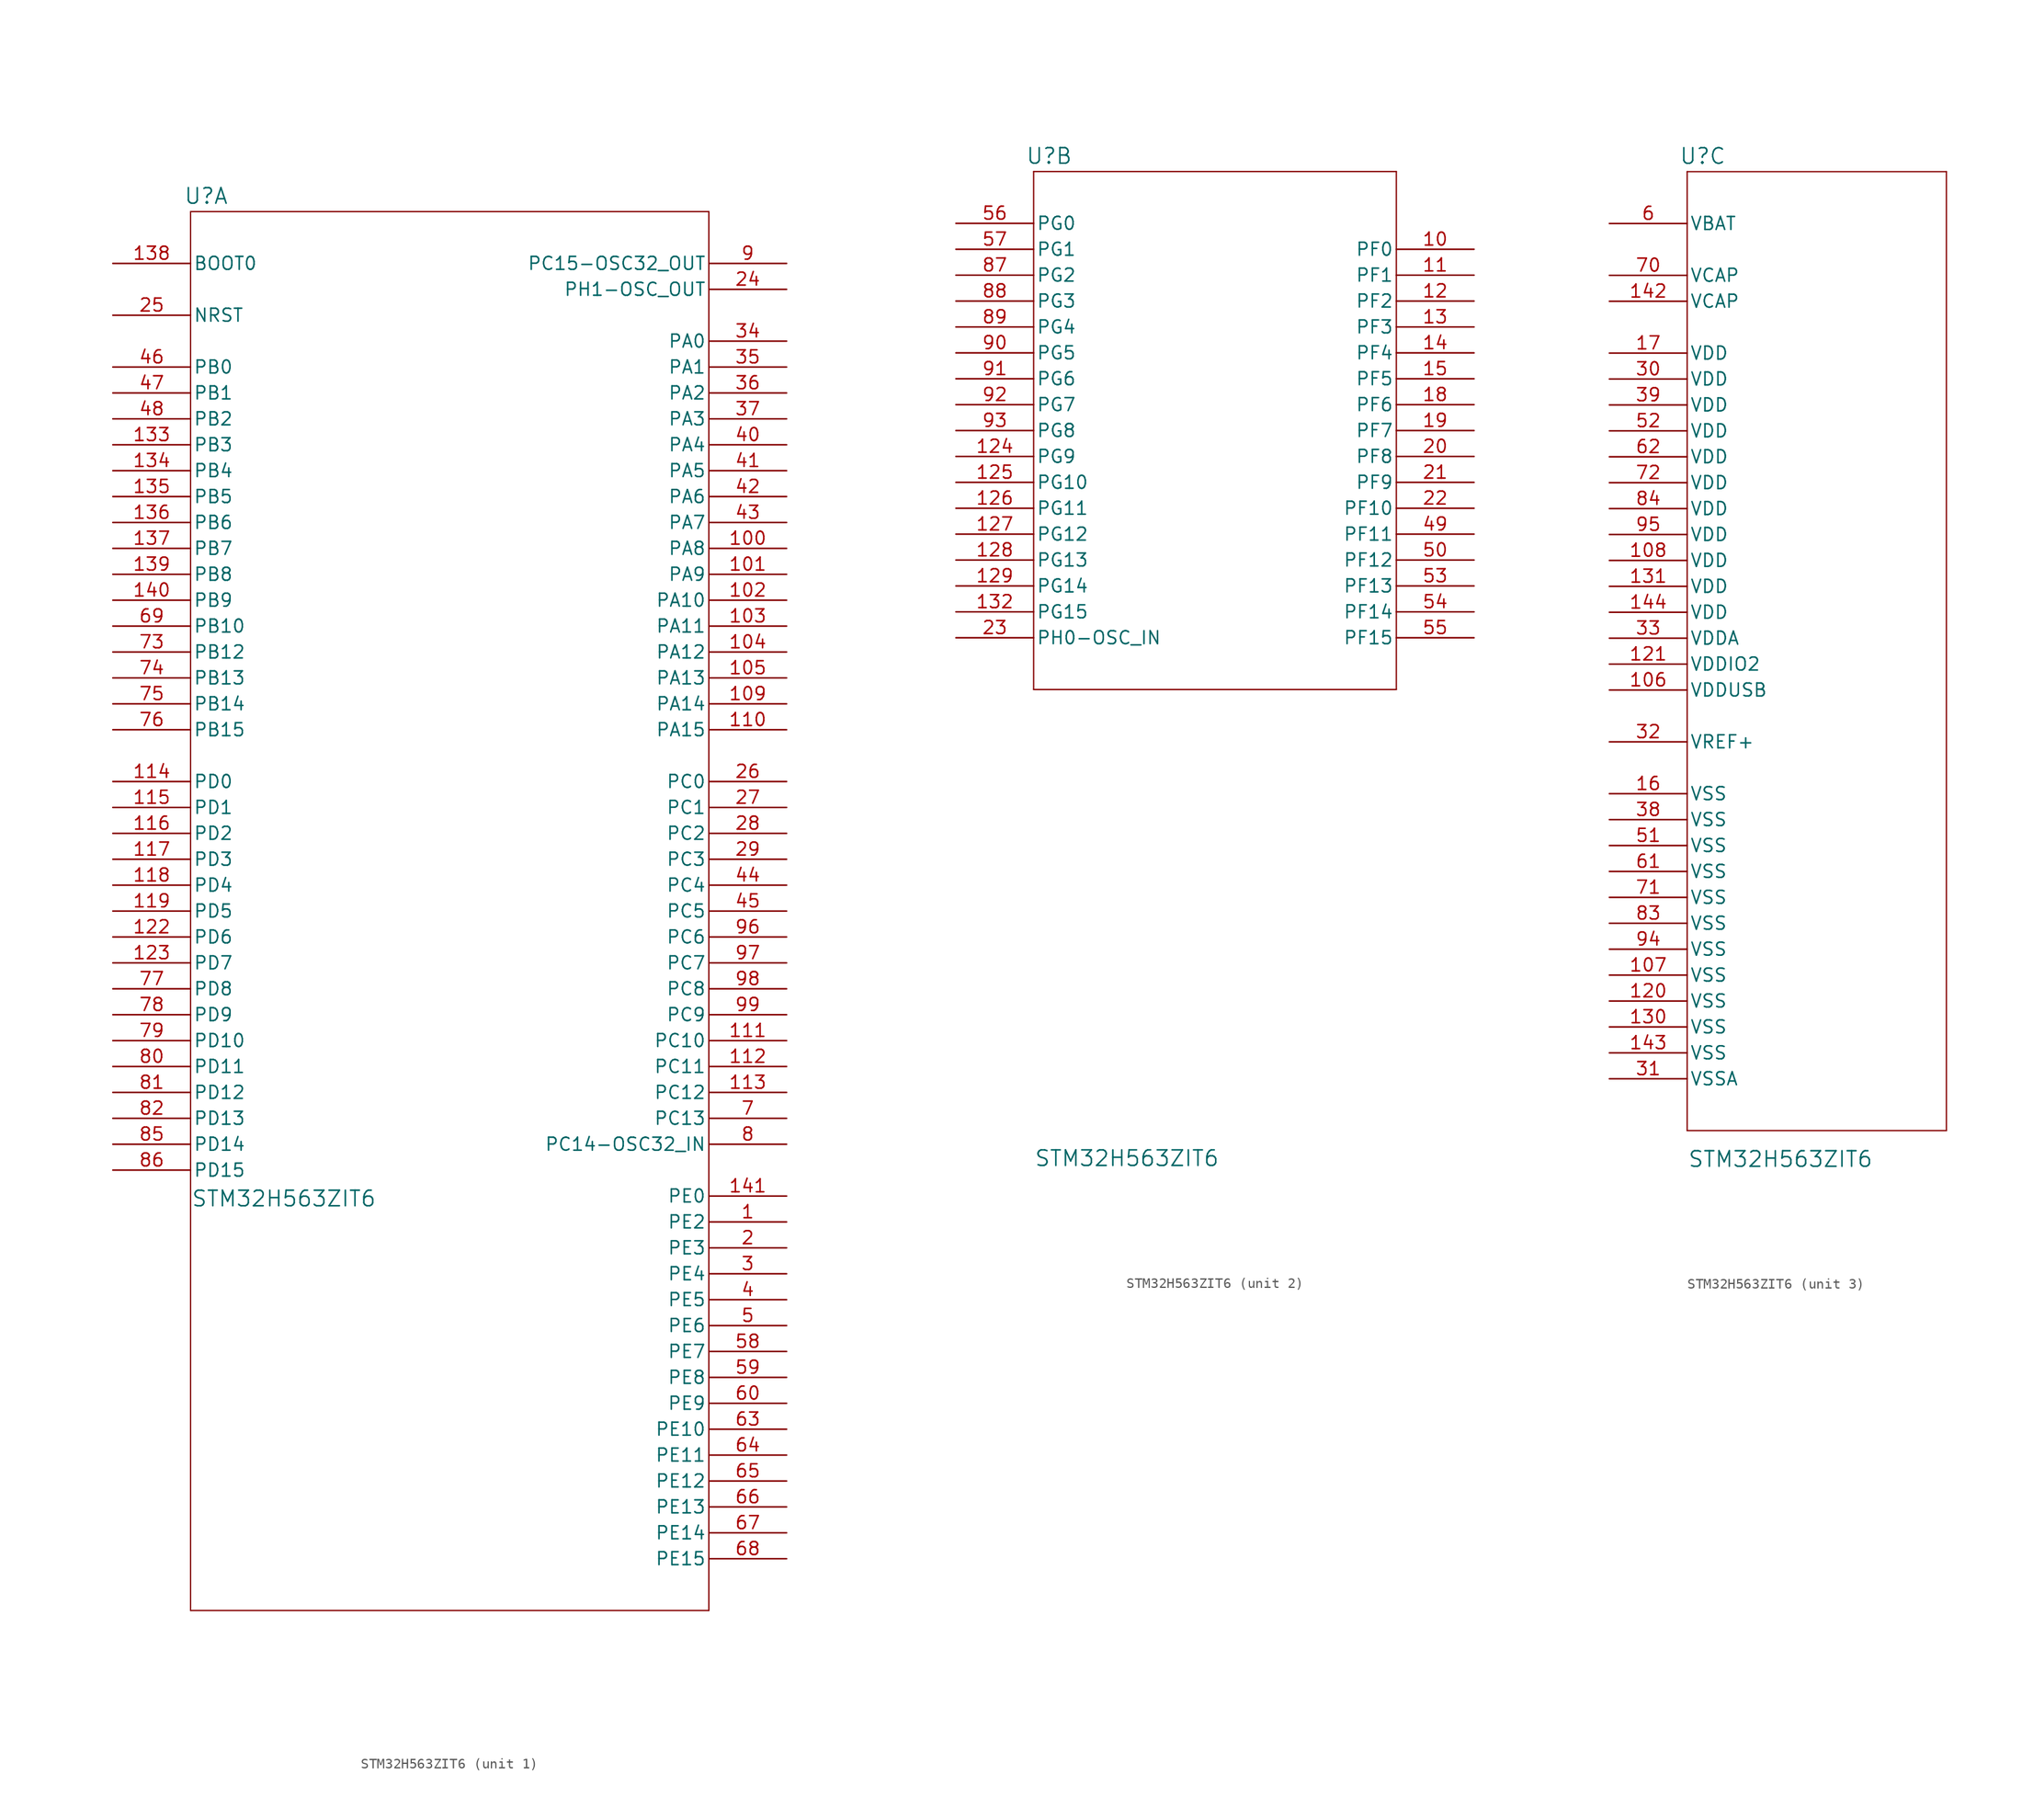
<source format=kicad_sym>
(kicad_symbol_lib
  (version 20231120)
  (generator "kicad_symbol_editor")
  (generator_version "8.0")
  (symbol "STM32H563ZIT6"
    (pin_names
      (offset 0.254))
    (property "Reference" "U"
      (at 1.524 1.524 0)
      (effects (font (size 1.524 1.524))))
    (property "Value" "STM32H563ZIT6"
      (at 9.144 -96.774 0)
      (effects (font (size 1.524 1.524))))
    (property "ki_locked" ""
      (at 0 0 0)
      (effects (font (size 1.27 1.27))))
    (symbol "STM32H563ZIT6_1_1"
      (polyline (pts (xy 0 -137.16) (xy 50.8 -137.16)) (stroke (width 0.127) (type default)) (fill (type none)))
      (polyline (pts (xy 0 0) (xy 0 -137.16)) (stroke (width 0.127) (type default)) (fill (type none)))
      (polyline (pts (xy 50.8 -137.16) (xy 50.8 0)) (stroke (width 0.127) (type default)) (fill (type none)))
      (polyline (pts (xy 50.8 0) (xy 0 0)) (stroke (width 0.127) (type default)) (fill (type none)))
      (pin bidirectional line (at 58.42 -99.06 180) (length 7.62) (name "PE2" (effects (font (size 1.27 1.27)))) (number "1" (effects (font (size 1.27 1.27)))))
      (pin bidirectional line (at 58.42 -33.02 180) (length 7.62) (name "PA8" (effects (font (size 1.27 1.27)))) (number "100" (effects (font (size 1.27 1.27)))))
      (pin bidirectional line (at 58.42 -35.56 180) (length 7.62) (name "PA9" (effects (font (size 1.27 1.27)))) (number "101" (effects (font (size 1.27 1.27)))))
      (pin bidirectional line (at 58.42 -38.1 180) (length 7.62) (name "PA10" (effects (font (size 1.27 1.27)))) (number "102" (effects (font (size 1.27 1.27)))))
      (pin bidirectional line (at 58.42 -40.64 180) (length 7.62) (name "PA11" (effects (font (size 1.27 1.27)))) (number "103" (effects (font (size 1.27 1.27)))))
      (pin bidirectional line (at 58.42 -43.18 180) (length 7.62) (name "PA12" (effects (font (size 1.27 1.27)))) (number "104" (effects (font (size 1.27 1.27)))))
      (pin bidirectional line (at 58.42 -45.72 180) (length 7.62) (name "PA13" (effects (font (size 1.27 1.27)))) (number "105" (effects (font (size 1.27 1.27)))))
      (pin bidirectional line (at 58.42 -48.26 180) (length 7.62) (name "PA14" (effects (font (size 1.27 1.27)))) (number "109" (effects (font (size 1.27 1.27)))))
      (pin bidirectional line (at 58.42 -50.8 180) (length 7.62) (name "PA15" (effects (font (size 1.27 1.27)))) (number "110" (effects (font (size 1.27 1.27)))))
      (pin bidirectional line (at 58.42 -81.28 180) (length 7.62) (name "PC10" (effects (font (size 1.27 1.27)))) (number "111" (effects (font (size 1.27 1.27)))))
      (pin bidirectional line (at 58.42 -83.82 180) (length 7.62) (name "PC11" (effects (font (size 1.27 1.27)))) (number "112" (effects (font (size 1.27 1.27)))))
      (pin bidirectional line (at 58.42 -86.36 180) (length 7.62) (name "PC12" (effects (font (size 1.27 1.27)))) (number "113" (effects (font (size 1.27 1.27)))))
      (pin bidirectional line (at -7.62 -55.88 0) (length 7.62) (name "PD0" (effects (font (size 1.27 1.27)))) (number "114" (effects (font (size 1.27 1.27)))))
      (pin bidirectional line (at -7.62 -58.42 0) (length 7.62) (name "PD1" (effects (font (size 1.27 1.27)))) (number "115" (effects (font (size 1.27 1.27)))))
      (pin bidirectional line (at -7.62 -60.96 0) (length 7.62) (name "PD2" (effects (font (size 1.27 1.27)))) (number "116" (effects (font (size 1.27 1.27)))))
      (pin bidirectional line (at -7.62 -63.5 0) (length 7.62) (name "PD3" (effects (font (size 1.27 1.27)))) (number "117" (effects (font (size 1.27 1.27)))))
      (pin bidirectional line (at -7.62 -66.04 0) (length 7.62) (name "PD4" (effects (font (size 1.27 1.27)))) (number "118" (effects (font (size 1.27 1.27)))))
      (pin bidirectional line (at -7.62 -68.58 0) (length 7.62) (name "PD5" (effects (font (size 1.27 1.27)))) (number "119" (effects (font (size 1.27 1.27)))))
      (pin bidirectional line (at -7.62 -71.12 0) (length 7.62) (name "PD6" (effects (font (size 1.27 1.27)))) (number "122" (effects (font (size 1.27 1.27)))))
      (pin bidirectional line (at -7.62 -73.66 0) (length 7.62) (name "PD7" (effects (font (size 1.27 1.27)))) (number "123" (effects (font (size 1.27 1.27)))))
      (pin bidirectional line (at -7.62 -22.86 0) (length 7.62) (name "PB3" (effects (font (size 1.27 1.27)))) (number "133" (effects (font (size 1.27 1.27)))))
      (pin bidirectional line (at -7.62 -25.4 0) (length 7.62) (name "PB4" (effects (font (size 1.27 1.27)))) (number "134" (effects (font (size 1.27 1.27)))))
      (pin bidirectional line (at -7.62 -27.94 0) (length 7.62) (name "PB5" (effects (font (size 1.27 1.27)))) (number "135" (effects (font (size 1.27 1.27)))))
      (pin bidirectional line (at -7.62 -30.48 0) (length 7.62) (name "PB6" (effects (font (size 1.27 1.27)))) (number "136" (effects (font (size 1.27 1.27)))))
      (pin bidirectional line (at -7.62 -33.02 0) (length 7.62) (name "PB7" (effects (font (size 1.27 1.27)))) (number "137" (effects (font (size 1.27 1.27)))))
      (pin input line (at -7.62 -5.08 0) (length 7.62) (name "BOOT0" (effects (font (size 1.27 1.27)))) (number "138" (effects (font (size 1.27 1.27)))))
      (pin bidirectional line (at -7.62 -35.56 0) (length 7.62) (name "PB8" (effects (font (size 1.27 1.27)))) (number "139" (effects (font (size 1.27 1.27)))))
      (pin bidirectional line (at -7.62 -38.1 0) (length 7.62) (name "PB9" (effects (font (size 1.27 1.27)))) (number "140" (effects (font (size 1.27 1.27)))))
      (pin bidirectional line (at 58.42 -96.52 180) (length 7.62) (name "PE0" (effects (font (size 1.27 1.27)))) (number "141" (effects (font (size 1.27 1.27)))))
      (pin bidirectional line (at 58.42 -101.6 180) (length 7.62) (name "PE3" (effects (font (size 1.27 1.27)))) (number "2" (effects (font (size 1.27 1.27)))))
      (pin bidirectional line (at 58.42 -7.62 180) (length 7.62) (name "PH1-OSC_OUT" (effects (font (size 1.27 1.27)))) (number "24" (effects (font (size 1.27 1.27)))))
      (pin bidirectional line (at -7.62 -10.16 0) (length 7.62) (name "NRST" (effects (font (size 1.27 1.27)))) (number "25" (effects (font (size 1.27 1.27)))))
      (pin bidirectional line (at 58.42 -55.88 180) (length 7.62) (name "PC0" (effects (font (size 1.27 1.27)))) (number "26" (effects (font (size 1.27 1.27)))))
      (pin bidirectional line (at 58.42 -58.42 180) (length 7.62) (name "PC1" (effects (font (size 1.27 1.27)))) (number "27" (effects (font (size 1.27 1.27)))))
      (pin bidirectional line (at 58.42 -60.96 180) (length 7.62) (name "PC2" (effects (font (size 1.27 1.27)))) (number "28" (effects (font (size 1.27 1.27)))))
      (pin bidirectional line (at 58.42 -63.5 180) (length 7.62) (name "PC3" (effects (font (size 1.27 1.27)))) (number "29" (effects (font (size 1.27 1.27)))))
      (pin bidirectional line (at 58.42 -104.14 180) (length 7.62) (name "PE4" (effects (font (size 1.27 1.27)))) (number "3" (effects (font (size 1.27 1.27)))))
      (pin bidirectional line (at 58.42 -12.7 180) (length 7.62) (name "PA0" (effects (font (size 1.27 1.27)))) (number "34" (effects (font (size 1.27 1.27)))))
      (pin bidirectional line (at 58.42 -15.24 180) (length 7.62) (name "PA1" (effects (font (size 1.27 1.27)))) (number "35" (effects (font (size 1.27 1.27)))))
      (pin bidirectional line (at 58.42 -17.78 180) (length 7.62) (name "PA2" (effects (font (size 1.27 1.27)))) (number "36" (effects (font (size 1.27 1.27)))))
      (pin bidirectional line (at 58.42 -20.32 180) (length 7.62) (name "PA3" (effects (font (size 1.27 1.27)))) (number "37" (effects (font (size 1.27 1.27)))))
      (pin bidirectional line (at 58.42 -106.68 180) (length 7.62) (name "PE5" (effects (font (size 1.27 1.27)))) (number "4" (effects (font (size 1.27 1.27)))))
      (pin bidirectional line (at 58.42 -22.86 180) (length 7.62) (name "PA4" (effects (font (size 1.27 1.27)))) (number "40" (effects (font (size 1.27 1.27)))))
      (pin bidirectional line (at 58.42 -25.4 180) (length 7.62) (name "PA5" (effects (font (size 1.27 1.27)))) (number "41" (effects (font (size 1.27 1.27)))))
      (pin bidirectional line (at 58.42 -27.94 180) (length 7.62) (name "PA6" (effects (font (size 1.27 1.27)))) (number "42" (effects (font (size 1.27 1.27)))))
      (pin bidirectional line (at 58.42 -30.48 180) (length 7.62) (name "PA7" (effects (font (size 1.27 1.27)))) (number "43" (effects (font (size 1.27 1.27)))))
      (pin bidirectional line (at 58.42 -66.04 180) (length 7.62) (name "PC4" (effects (font (size 1.27 1.27)))) (number "44" (effects (font (size 1.27 1.27)))))
      (pin bidirectional line (at 58.42 -68.58 180) (length 7.62) (name "PC5" (effects (font (size 1.27 1.27)))) (number "45" (effects (font (size 1.27 1.27)))))
      (pin bidirectional line (at -7.62 -15.24 0) (length 7.62) (name "PB0" (effects (font (size 1.27 1.27)))) (number "46" (effects (font (size 1.27 1.27)))))
      (pin bidirectional line (at -7.62 -17.78 0) (length 7.62) (name "PB1" (effects (font (size 1.27 1.27)))) (number "47" (effects (font (size 1.27 1.27)))))
      (pin bidirectional line (at -7.62 -20.32 0) (length 7.62) (name "PB2" (effects (font (size 1.27 1.27)))) (number "48" (effects (font (size 1.27 1.27)))))
      (pin bidirectional line (at 58.42 -109.22 180) (length 7.62) (name "PE6" (effects (font (size 1.27 1.27)))) (number "5" (effects (font (size 1.27 1.27)))))
      (pin bidirectional line (at 58.42 -111.76 180) (length 7.62) (name "PE7" (effects (font (size 1.27 1.27)))) (number "58" (effects (font (size 1.27 1.27)))))
      (pin bidirectional line (at 58.42 -114.3 180) (length 7.62) (name "PE8" (effects (font (size 1.27 1.27)))) (number "59" (effects (font (size 1.27 1.27)))))
      (pin bidirectional line (at 58.42 -116.84 180) (length 7.62) (name "PE9" (effects (font (size 1.27 1.27)))) (number "60" (effects (font (size 1.27 1.27)))))
      (pin bidirectional line (at 58.42 -119.38 180) (length 7.62) (name "PE10" (effects (font (size 1.27 1.27)))) (number "63" (effects (font (size 1.27 1.27)))))
      (pin bidirectional line (at 58.42 -121.92 180) (length 7.62) (name "PE11" (effects (font (size 1.27 1.27)))) (number "64" (effects (font (size 1.27 1.27)))))
      (pin bidirectional line (at 58.42 -124.46 180) (length 7.62) (name "PE12" (effects (font (size 1.27 1.27)))) (number "65" (effects (font (size 1.27 1.27)))))
      (pin bidirectional line (at 58.42 -127 180) (length 7.62) (name "PE13" (effects (font (size 1.27 1.27)))) (number "66" (effects (font (size 1.27 1.27)))))
      (pin bidirectional line (at 58.42 -129.54 180) (length 7.62) (name "PE14" (effects (font (size 1.27 1.27)))) (number "67" (effects (font (size 1.27 1.27)))))
      (pin bidirectional line (at 58.42 -132.08 180) (length 7.62) (name "PE15" (effects (font (size 1.27 1.27)))) (number "68" (effects (font (size 1.27 1.27)))))
      (pin bidirectional line (at -7.62 -40.64 0) (length 7.62) (name "PB10" (effects (font (size 1.27 1.27)))) (number "69" (effects (font (size 1.27 1.27)))))
      (pin bidirectional line (at 58.42 -88.9 180) (length 7.62) (name "PC13" (effects (font (size 1.27 1.27)))) (number "7" (effects (font (size 1.27 1.27)))))
      (pin bidirectional line (at -7.62 -43.18 0) (length 7.62) (name "PB12" (effects (font (size 1.27 1.27)))) (number "73" (effects (font (size 1.27 1.27)))))
      (pin bidirectional line (at -7.62 -45.72 0) (length 7.62) (name "PB13" (effects (font (size 1.27 1.27)))) (number "74" (effects (font (size 1.27 1.27)))))
      (pin bidirectional line (at -7.62 -48.26 0) (length 7.62) (name "PB14" (effects (font (size 1.27 1.27)))) (number "75" (effects (font (size 1.27 1.27)))))
      (pin bidirectional line (at -7.62 -50.8 0) (length 7.62) (name "PB15" (effects (font (size 1.27 1.27)))) (number "76" (effects (font (size 1.27 1.27)))))
      (pin bidirectional line (at -7.62 -76.2 0) (length 7.62) (name "PD8" (effects (font (size 1.27 1.27)))) (number "77" (effects (font (size 1.27 1.27)))))
      (pin bidirectional line (at -7.62 -78.74 0) (length 7.62) (name "PD9" (effects (font (size 1.27 1.27)))) (number "78" (effects (font (size 1.27 1.27)))))
      (pin bidirectional line (at -7.62 -81.28 0) (length 7.62) (name "PD10" (effects (font (size 1.27 1.27)))) (number "79" (effects (font (size 1.27 1.27)))))
      (pin bidirectional line (at 58.42 -91.44 180) (length 7.62) (name "PC14-OSC32_IN" (effects (font (size 1.27 1.27)))) (number "8" (effects (font (size 1.27 1.27)))))
      (pin bidirectional line (at -7.62 -83.82 0) (length 7.62) (name "PD11" (effects (font (size 1.27 1.27)))) (number "80" (effects (font (size 1.27 1.27)))))
      (pin bidirectional line (at -7.62 -86.36 0) (length 7.62) (name "PD12" (effects (font (size 1.27 1.27)))) (number "81" (effects (font (size 1.27 1.27)))))
      (pin bidirectional line (at -7.62 -88.9 0) (length 7.62) (name "PD13" (effects (font (size 1.27 1.27)))) (number "82" (effects (font (size 1.27 1.27)))))
      (pin bidirectional line (at -7.62 -91.44 0) (length 7.62) (name "PD14" (effects (font (size 1.27 1.27)))) (number "85" (effects (font (size 1.27 1.27)))))
      (pin bidirectional line (at -7.62 -93.98 0) (length 7.62) (name "PD15" (effects (font (size 1.27 1.27)))) (number "86" (effects (font (size 1.27 1.27)))))
      (pin bidirectional line (at 58.42 -5.08 180) (length 7.62) (name "PC15-OSC32_OUT" (effects (font (size 1.27 1.27)))) (number "9" (effects (font (size 1.27 1.27)))))
      (pin bidirectional line (at 58.42 -71.12 180) (length 7.62) (name "PC6" (effects (font (size 1.27 1.27)))) (number "96" (effects (font (size 1.27 1.27)))))
      (pin bidirectional line (at 58.42 -73.66 180) (length 7.62) (name "PC7" (effects (font (size 1.27 1.27)))) (number "97" (effects (font (size 1.27 1.27)))))
      (pin bidirectional line (at 58.42 -76.2 180) (length 7.62) (name "PC8" (effects (font (size 1.27 1.27)))) (number "98" (effects (font (size 1.27 1.27)))))
      (pin bidirectional line (at 58.42 -78.74 180) (length 7.62) (name "PC9" (effects (font (size 1.27 1.27)))) (number "99" (effects (font (size 1.27 1.27))))))
    (symbol "STM32H563ZIT6_2_1"
      (polyline (pts (xy 0 -50.8) (xy 35.56 -50.8)) (stroke (width 0.127) (type default)) (fill (type none)))
      (polyline (pts (xy 0 0) (xy 0 -50.8)) (stroke (width 0.127) (type default)) (fill (type none)))
      (polyline (pts (xy 35.56 -50.8) (xy 35.56 0)) (stroke (width 0.127) (type default)) (fill (type none)))
      (polyline (pts (xy 35.56 0) (xy 0 0)) (stroke (width 0.127) (type default)) (fill (type none)))
      (pin bidirectional line (at 43.18 -7.62 180) (length 7.62) (name "PF0" (effects (font (size 1.27 1.27)))) (number "10" (effects (font (size 1.27 1.27)))))
      (pin bidirectional line (at 43.18 -10.16 180) (length 7.62) (name "PF1" (effects (font (size 1.27 1.27)))) (number "11" (effects (font (size 1.27 1.27)))))
      (pin bidirectional line (at 43.18 -12.7 180) (length 7.62) (name "PF2" (effects (font (size 1.27 1.27)))) (number "12" (effects (font (size 1.27 1.27)))))
      (pin bidirectional line (at -7.62 -27.94 0) (length 7.62) (name "PG9" (effects (font (size 1.27 1.27)))) (number "124" (effects (font (size 1.27 1.27)))))
      (pin bidirectional line (at -7.62 -30.48 0) (length 7.62) (name "PG10" (effects (font (size 1.27 1.27)))) (number "125" (effects (font (size 1.27 1.27)))))
      (pin bidirectional line (at -7.62 -33.02 0) (length 7.62) (name "PG11" (effects (font (size 1.27 1.27)))) (number "126" (effects (font (size 1.27 1.27)))))
      (pin bidirectional line (at -7.62 -35.56 0) (length 7.62) (name "PG12" (effects (font (size 1.27 1.27)))) (number "127" (effects (font (size 1.27 1.27)))))
      (pin bidirectional line (at -7.62 -38.1 0) (length 7.62) (name "PG13" (effects (font (size 1.27 1.27)))) (number "128" (effects (font (size 1.27 1.27)))))
      (pin bidirectional line (at -7.62 -40.64 0) (length 7.62) (name "PG14" (effects (font (size 1.27 1.27)))) (number "129" (effects (font (size 1.27 1.27)))))
      (pin bidirectional line (at 43.18 -15.24 180) (length 7.62) (name "PF3" (effects (font (size 1.27 1.27)))) (number "13" (effects (font (size 1.27 1.27)))))
      (pin bidirectional line (at -7.62 -43.18 0) (length 7.62) (name "PG15" (effects (font (size 1.27 1.27)))) (number "132" (effects (font (size 1.27 1.27)))))
      (pin bidirectional line (at 43.18 -17.78 180) (length 7.62) (name "PF4" (effects (font (size 1.27 1.27)))) (number "14" (effects (font (size 1.27 1.27)))))
      (pin bidirectional line (at 43.18 -20.32 180) (length 7.62) (name "PF5" (effects (font (size 1.27 1.27)))) (number "15" (effects (font (size 1.27 1.27)))))
      (pin bidirectional line (at 43.18 -22.86 180) (length 7.62) (name "PF6" (effects (font (size 1.27 1.27)))) (number "18" (effects (font (size 1.27 1.27)))))
      (pin bidirectional line (at 43.18 -25.4 180) (length 7.62) (name "PF7" (effects (font (size 1.27 1.27)))) (number "19" (effects (font (size 1.27 1.27)))))
      (pin bidirectional line (at 43.18 -27.94 180) (length 7.62) (name "PF8" (effects (font (size 1.27 1.27)))) (number "20" (effects (font (size 1.27 1.27)))))
      (pin bidirectional line (at 43.18 -30.48 180) (length 7.62) (name "PF9" (effects (font (size 1.27 1.27)))) (number "21" (effects (font (size 1.27 1.27)))))
      (pin bidirectional line (at 43.18 -33.02 180) (length 7.62) (name "PF10" (effects (font (size 1.27 1.27)))) (number "22" (effects (font (size 1.27 1.27)))))
      (pin bidirectional line (at -7.62 -45.72 0) (length 7.62) (name "PH0-OSC_IN" (effects (font (size 1.27 1.27)))) (number "23" (effects (font (size 1.27 1.27)))))
      (pin bidirectional line (at 43.18 -35.56 180) (length 7.62) (name "PF11" (effects (font (size 1.27 1.27)))) (number "49" (effects (font (size 1.27 1.27)))))
      (pin bidirectional line (at 43.18 -38.1 180) (length 7.62) (name "PF12" (effects (font (size 1.27 1.27)))) (number "50" (effects (font (size 1.27 1.27)))))
      (pin bidirectional line (at 43.18 -40.64 180) (length 7.62) (name "PF13" (effects (font (size 1.27 1.27)))) (number "53" (effects (font (size 1.27 1.27)))))
      (pin bidirectional line (at 43.18 -43.18 180) (length 7.62) (name "PF14" (effects (font (size 1.27 1.27)))) (number "54" (effects (font (size 1.27 1.27)))))
      (pin bidirectional line (at 43.18 -45.72 180) (length 7.62) (name "PF15" (effects (font (size 1.27 1.27)))) (number "55" (effects (font (size 1.27 1.27)))))
      (pin bidirectional line (at -7.62 -5.08 0) (length 7.62) (name "PG0" (effects (font (size 1.27 1.27)))) (number "56" (effects (font (size 1.27 1.27)))))
      (pin bidirectional line (at -7.62 -7.62 0) (length 7.62) (name "PG1" (effects (font (size 1.27 1.27)))) (number "57" (effects (font (size 1.27 1.27)))))
      (pin bidirectional line (at -7.62 -10.16 0) (length 7.62) (name "PG2" (effects (font (size 1.27 1.27)))) (number "87" (effects (font (size 1.27 1.27)))))
      (pin bidirectional line (at -7.62 -12.7 0) (length 7.62) (name "PG3" (effects (font (size 1.27 1.27)))) (number "88" (effects (font (size 1.27 1.27)))))
      (pin bidirectional line (at -7.62 -15.24 0) (length 7.62) (name "PG4" (effects (font (size 1.27 1.27)))) (number "89" (effects (font (size 1.27 1.27)))))
      (pin bidirectional line (at -7.62 -17.78 0) (length 7.62) (name "PG5" (effects (font (size 1.27 1.27)))) (number "90" (effects (font (size 1.27 1.27)))))
      (pin bidirectional line (at -7.62 -20.32 0) (length 7.62) (name "PG6" (effects (font (size 1.27 1.27)))) (number "91" (effects (font (size 1.27 1.27)))))
      (pin bidirectional line (at -7.62 -22.86 0) (length 7.62) (name "PG7" (effects (font (size 1.27 1.27)))) (number "92" (effects (font (size 1.27 1.27)))))
      (pin bidirectional line (at -7.62 -25.4 0) (length 7.62) (name "PG8" (effects (font (size 1.27 1.27)))) (number "93" (effects (font (size 1.27 1.27))))))
    (symbol "STM32H563ZIT6_3_1"
      (polyline (pts (xy 0 -93.98) (xy 25.4 -93.98)) (stroke (width 0.127) (type default)) (fill (type none)))
      (polyline (pts (xy 0 0) (xy 0 -93.98)) (stroke (width 0.127) (type default)) (fill (type none)))
      (polyline (pts (xy 25.4 -93.98) (xy 25.4 0)) (stroke (width 0.127) (type default)) (fill (type none)))
      (polyline (pts (xy 25.4 0) (xy 0 0)) (stroke (width 0.127) (type default)) (fill (type none)))
      (pin power_in line (at -7.62 -50.8 0) (length 7.62) (name "VDDUSB" (effects (font (size 1.27 1.27)))) (number "106" (effects (font (size 1.27 1.27)))))
      (pin power_in line (at -7.62 -78.74 0) (length 7.62) (name "VSS" (effects (font (size 1.27 1.27)))) (number "107" (effects (font (size 1.27 1.27)))))
      (pin power_in line (at -7.62 -38.1 0) (length 7.62) (name "VDD" (effects (font (size 1.27 1.27)))) (number "108" (effects (font (size 1.27 1.27)))))
      (pin power_in line (at -7.62 -81.28 0) (length 7.62) (name "VSS" (effects (font (size 1.27 1.27)))) (number "120" (effects (font (size 1.27 1.27)))))
      (pin power_in line (at -7.62 -48.26 0) (length 7.62) (name "VDDIO2" (effects (font (size 1.27 1.27)))) (number "121" (effects (font (size 1.27 1.27)))))
      (pin power_in line (at -7.62 -83.82 0) (length 7.62) (name "VSS" (effects (font (size 1.27 1.27)))) (number "130" (effects (font (size 1.27 1.27)))))
      (pin power_in line (at -7.62 -40.64 0) (length 7.62) (name "VDD" (effects (font (size 1.27 1.27)))) (number "131" (effects (font (size 1.27 1.27)))))
      (pin power_in line (at -7.62 -12.7 0) (length 7.62) (name "VCAP" (effects (font (size 1.27 1.27)))) (number "142" (effects (font (size 1.27 1.27)))))
      (pin power_in line (at -7.62 -86.36 0) (length 7.62) (name "VSS" (effects (font (size 1.27 1.27)))) (number "143" (effects (font (size 1.27 1.27)))))
      (pin power_in line (at -7.62 -43.18 0) (length 7.62) (name "VDD" (effects (font (size 1.27 1.27)))) (number "144" (effects (font (size 1.27 1.27)))))
      (pin power_in line (at -7.62 -60.96 0) (length 7.62) (name "VSS" (effects (font (size 1.27 1.27)))) (number "16" (effects (font (size 1.27 1.27)))))
      (pin power_in line (at -7.62 -17.78 0) (length 7.62) (name "VDD" (effects (font (size 1.27 1.27)))) (number "17" (effects (font (size 1.27 1.27)))))
      (pin power_in line (at -7.62 -20.32 0) (length 7.62) (name "VDD" (effects (font (size 1.27 1.27)))) (number "30" (effects (font (size 1.27 1.27)))))
      (pin power_in line (at -7.62 -88.9 0) (length 7.62) (name "VSSA" (effects (font (size 1.27 1.27)))) (number "31" (effects (font (size 1.27 1.27)))))
      (pin power_in line (at -7.62 -55.88 0) (length 7.62) (name "VREF+" (effects (font (size 1.27 1.27)))) (number "32" (effects (font (size 1.27 1.27)))))
      (pin power_in line (at -7.62 -45.72 0) (length 7.62) (name "VDDA" (effects (font (size 1.27 1.27)))) (number "33" (effects (font (size 1.27 1.27)))))
      (pin power_in line (at -7.62 -63.5 0) (length 7.62) (name "VSS" (effects (font (size 1.27 1.27)))) (number "38" (effects (font (size 1.27 1.27)))))
      (pin power_in line (at -7.62 -22.86 0) (length 7.62) (name "VDD" (effects (font (size 1.27 1.27)))) (number "39" (effects (font (size 1.27 1.27)))))
      (pin power_in line (at -7.62 -66.04 0) (length 7.62) (name "VSS" (effects (font (size 1.27 1.27)))) (number "51" (effects (font (size 1.27 1.27)))))
      (pin power_in line (at -7.62 -25.4 0) (length 7.62) (name "VDD" (effects (font (size 1.27 1.27)))) (number "52" (effects (font (size 1.27 1.27)))))
      (pin power_in line (at -7.62 -5.08 0) (length 7.62) (name "VBAT" (effects (font (size 1.27 1.27)))) (number "6" (effects (font (size 1.27 1.27)))))
      (pin power_in line (at -7.62 -68.58 0) (length 7.62) (name "VSS" (effects (font (size 1.27 1.27)))) (number "61" (effects (font (size 1.27 1.27)))))
      (pin power_in line (at -7.62 -27.94 0) (length 7.62) (name "VDD" (effects (font (size 1.27 1.27)))) (number "62" (effects (font (size 1.27 1.27)))))
      (pin power_in line (at -7.62 -10.16 0) (length 7.62) (name "VCAP" (effects (font (size 1.27 1.27)))) (number "70" (effects (font (size 1.27 1.27)))))
      (pin power_in line (at -7.62 -71.12 0) (length 7.62) (name "VSS" (effects (font (size 1.27 1.27)))) (number "71" (effects (font (size 1.27 1.27)))))
      (pin power_in line (at -7.62 -30.48 0) (length 7.62) (name "VDD" (effects (font (size 1.27 1.27)))) (number "72" (effects (font (size 1.27 1.27)))))
      (pin power_in line (at -7.62 -73.66 0) (length 7.62) (name "VSS" (effects (font (size 1.27 1.27)))) (number "83" (effects (font (size 1.27 1.27)))))
      (pin power_in line (at -7.62 -33.02 0) (length 7.62) (name "VDD" (effects (font (size 1.27 1.27)))) (number "84" (effects (font (size 1.27 1.27)))))
      (pin power_in line (at -7.62 -76.2 0) (length 7.62) (name "VSS" (effects (font (size 1.27 1.27)))) (number "94" (effects (font (size 1.27 1.27)))))
      (pin power_in line (at -7.62 -35.56 0) (length 7.62) (name "VDD" (effects (font (size 1.27 1.27)))) (number "95" (effects (font (size 1.27 1.27))))))))
</source>
